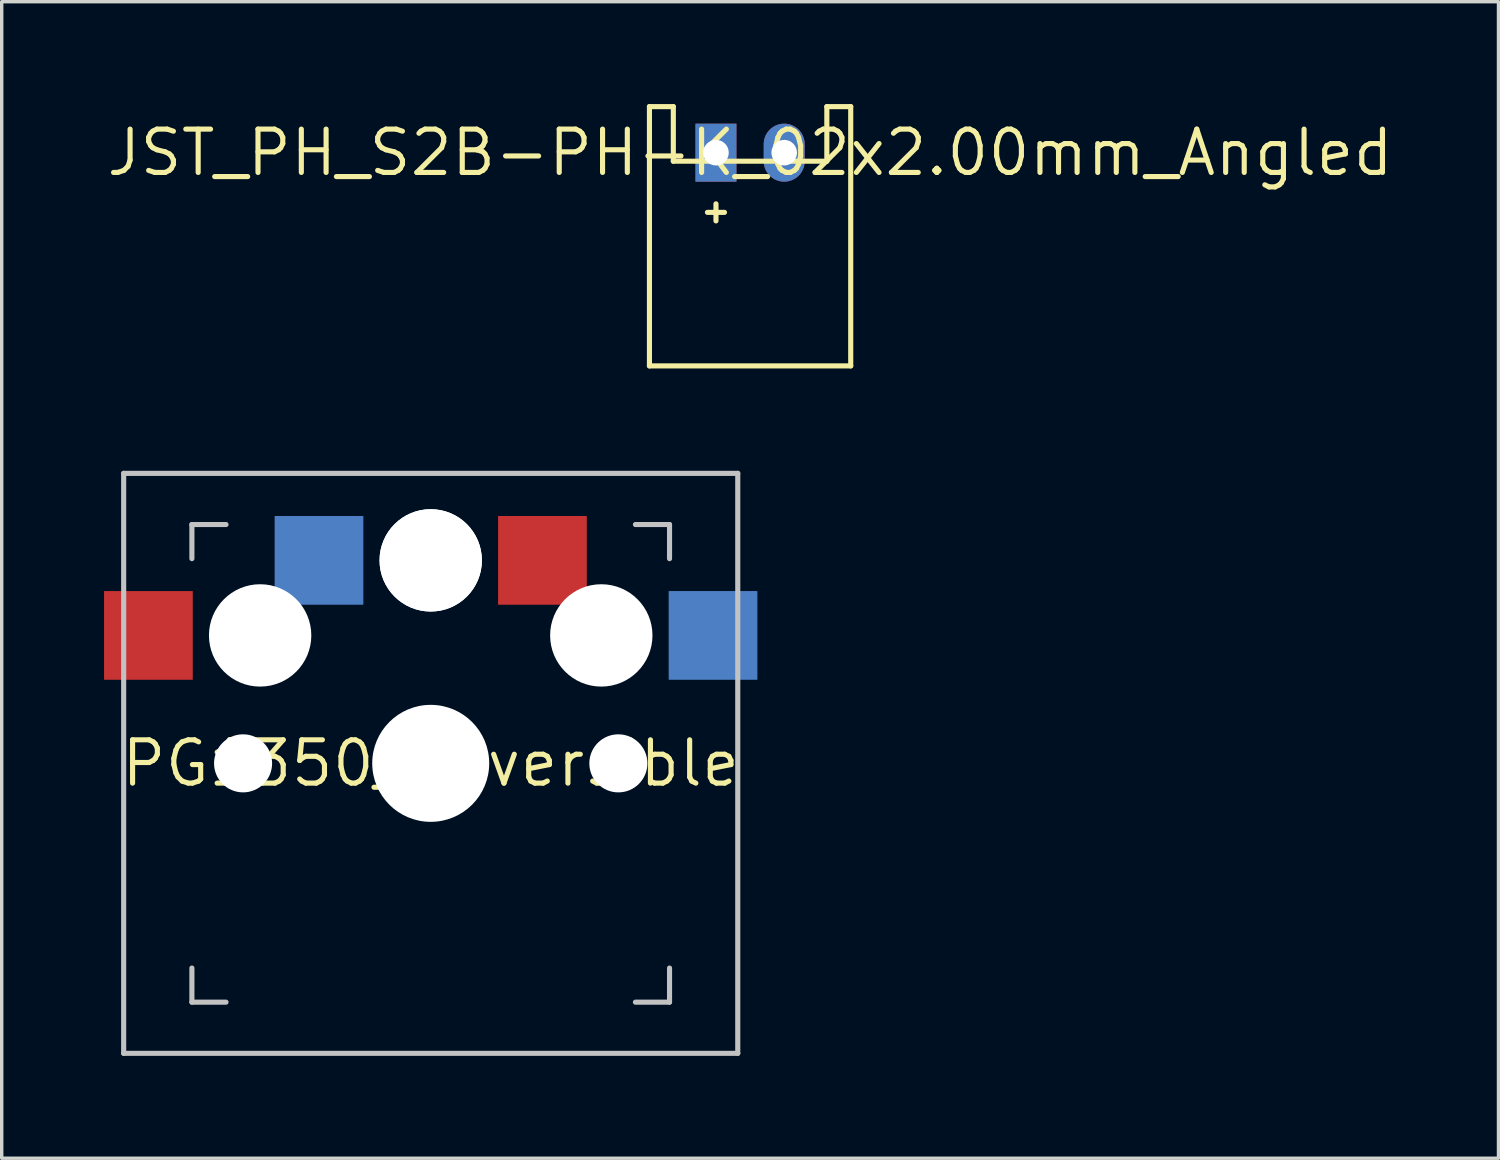
<source format=kicad_pcb>
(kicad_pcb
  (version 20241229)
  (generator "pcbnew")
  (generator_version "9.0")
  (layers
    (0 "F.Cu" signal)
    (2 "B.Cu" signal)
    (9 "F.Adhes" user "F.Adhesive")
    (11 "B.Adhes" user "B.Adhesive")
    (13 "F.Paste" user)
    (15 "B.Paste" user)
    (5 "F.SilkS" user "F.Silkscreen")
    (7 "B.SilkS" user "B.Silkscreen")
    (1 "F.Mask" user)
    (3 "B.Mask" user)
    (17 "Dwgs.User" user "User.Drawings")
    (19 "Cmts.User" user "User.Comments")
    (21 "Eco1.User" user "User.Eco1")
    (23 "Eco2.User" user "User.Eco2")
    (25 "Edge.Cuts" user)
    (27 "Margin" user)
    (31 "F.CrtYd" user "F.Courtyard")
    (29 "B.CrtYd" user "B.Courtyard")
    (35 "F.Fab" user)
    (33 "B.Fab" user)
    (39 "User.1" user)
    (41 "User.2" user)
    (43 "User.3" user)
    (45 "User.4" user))
  (footprint "PG1350_Reversible"
    (layer "F.Cu")
    (at 9.575 19.325)
    (property "Reference" "PG1350_Reversible" (at 0 0 0) (layer "F.SilkS") (effects (font (size 1.27 1.27) (thickness 0.15))))
    (attr through_hole)
    (fp_line (start -9 -8.5) (end 9 -8.5) (stroke (width 0.15) (type solid)) (layer "Dwgs.User"))
    (fp_line (start -9 8.5) (end -9 -8.5) (stroke (width 0.15) (type solid)) (layer "Dwgs.User"))
    (fp_line (start -7 -6) (end -7 -7) (stroke (width 0.15) (type solid)) (layer "Dwgs.User"))
    (fp_line (start -7 7) (end -7 6) (stroke (width 0.15) (type solid)) (layer "Dwgs.User"))
    (fp_line (start -7 7) (end -6 7) (stroke (width 0.15) (type solid)) (layer "Dwgs.User"))
    (fp_line (start -6 -7) (end -7 -7) (stroke (width 0.15) (type solid)) (layer "Dwgs.User"))
    (fp_line (start 6 7) (end 7 7) (stroke (width 0.15) (type solid)) (layer "Dwgs.User"))
    (fp_line (start 7 -7) (end 6 -7) (stroke (width 0.15) (type solid)) (layer "Dwgs.User"))
    (fp_line (start 7 -7) (end 7 -6) (stroke (width 0.15) (type solid)) (layer "Dwgs.User"))
    (fp_line (start 7 6) (end 7 7) (stroke (width 0.15) (type solid)) (layer "Dwgs.User"))
    (fp_line (start 9 -8.5) (end 9 8.5) (stroke (width 0.15) (type solid)) (layer "Dwgs.User"))
    (fp_line (start 9 8.5) (end -9 8.5) (stroke (width 0.15) (type solid)) (layer "Dwgs.User"))
    (pad "" np_thru_hole circle (at -5.5 0) (size 1.702 1.702) (drill 1.702) (layers "*.Cu" "*.Mask"))
    (pad "" np_thru_hole circle (at -5 -3.75) (size 3 3) (drill 3) (layers "*.Cu" "*.Mask"))
    (pad "" np_thru_hole circle (at 0 -5.95) (size 3 3) (drill 3) (layers "*.Cu" "*.Mask"))
    (pad "" np_thru_hole circle (at 0 -5.95) (size 3 3) (drill 3) (layers "*.Cu" "*.Mask"))
    (pad "" np_thru_hole circle (at 0 0) (size 3.429 3.429) (drill 3.429) (layers "*.Cu" "*.Mask"))
    (pad "" np_thru_hole circle (at 5 -3.75) (size 3 3) (drill 3) (layers "*.Cu" "*.Mask"))
    (pad "" np_thru_hole circle (at 5.5 0) (size 1.702 1.702) (drill 1.702) (layers "*.Cu" "*.Mask"))
    (pad "1" smd rect (at -3.275 -5.95) (size 2.6 2.6) (layers "B.Cu" "B.Mask" "B.Paste"))
    (pad "1" smd rect (at 3.275 -5.95) (size 2.6 2.6) (layers "F.Cu" "F.Mask" "F.Paste"))
    (pad "2" smd rect (at -8.275 -3.75) (size 2.6 2.6) (layers "F.Cu" "F.Mask" "F.Paste"))
    (pad "2" smd rect (at 8.275 -3.75) (size 2.6 2.6) (layers "B.Cu" "B.Mask" "B.Paste")))
  (footprint "JST_PH_S2B-PH-K_02x2.00mm_Angled"
    (layer "F.Cu")
    (at 18.936 1.425)
    (property "Reference" "JST_PH_S2B-PH-K_02x2.00mm_Angled" (at 0 0 0) (layer "F.SilkS") (effects (font (size 1.27 1.27) (thickness 0.15))))
    (attr through_hole)
    (fp_line (start -2.95 -1.35) (end -2.95 6.25) (stroke (width 0.15) (type solid)) (layer "F.SilkS"))
    (fp_line (start -2.95 6.25) (end 2.95 6.25) (stroke (width 0.15) (type solid)) (layer "F.SilkS"))
    (fp_line (start -2.25 -1.35) (end -2.95 -1.35) (stroke (width 0.15) (type solid)) (layer "F.SilkS"))
    (fp_line (start -2.25 0.25) (end -2.25 -1.35) (stroke (width 0.15) (type solid)) (layer "F.SilkS"))
    (fp_line (start -1.25 1.75) (end -0.75 1.75) (stroke (width 0.15) (type solid)) (layer "F.SilkS"))
    (fp_line (start -1 1.5) (end -1 2) (stroke (width 0.15) (type solid)) (layer "F.SilkS"))
    (fp_line (start 2.25 -1.35) (end 2.25 0.25) (stroke (width 0.15) (type solid)) (layer "F.SilkS"))
    (fp_line (start 2.25 0.25) (end -2.25 0.25) (stroke (width 0.15) (type solid)) (layer "F.SilkS"))
    (fp_line (start 2.95 -1.35) (end 2.25 -1.35) (stroke (width 0.15) (type solid)) (layer "F.SilkS"))
    (fp_line (start 2.95 6.25) (end 2.95 -1.35) (stroke (width 0.15) (type solid)) (layer "F.SilkS"))
    (pad "1" thru_hole rect (at -1 0) (size 1.2 1.7) (drill 0.75) (layers "*.Cu" "*.Mask"))
    (pad "2" thru_hole oval (at 1 0) (size 1.2 1.7) (drill 0.75) (layers "*.Cu" "*.Mask")))
  (gr_rect
    (start -3 -3)
    (end 40.873 30.9)
    (stroke (width 0.1) (type default))
    (fill no)
    (layer "Edge.Cuts")))
</source>
